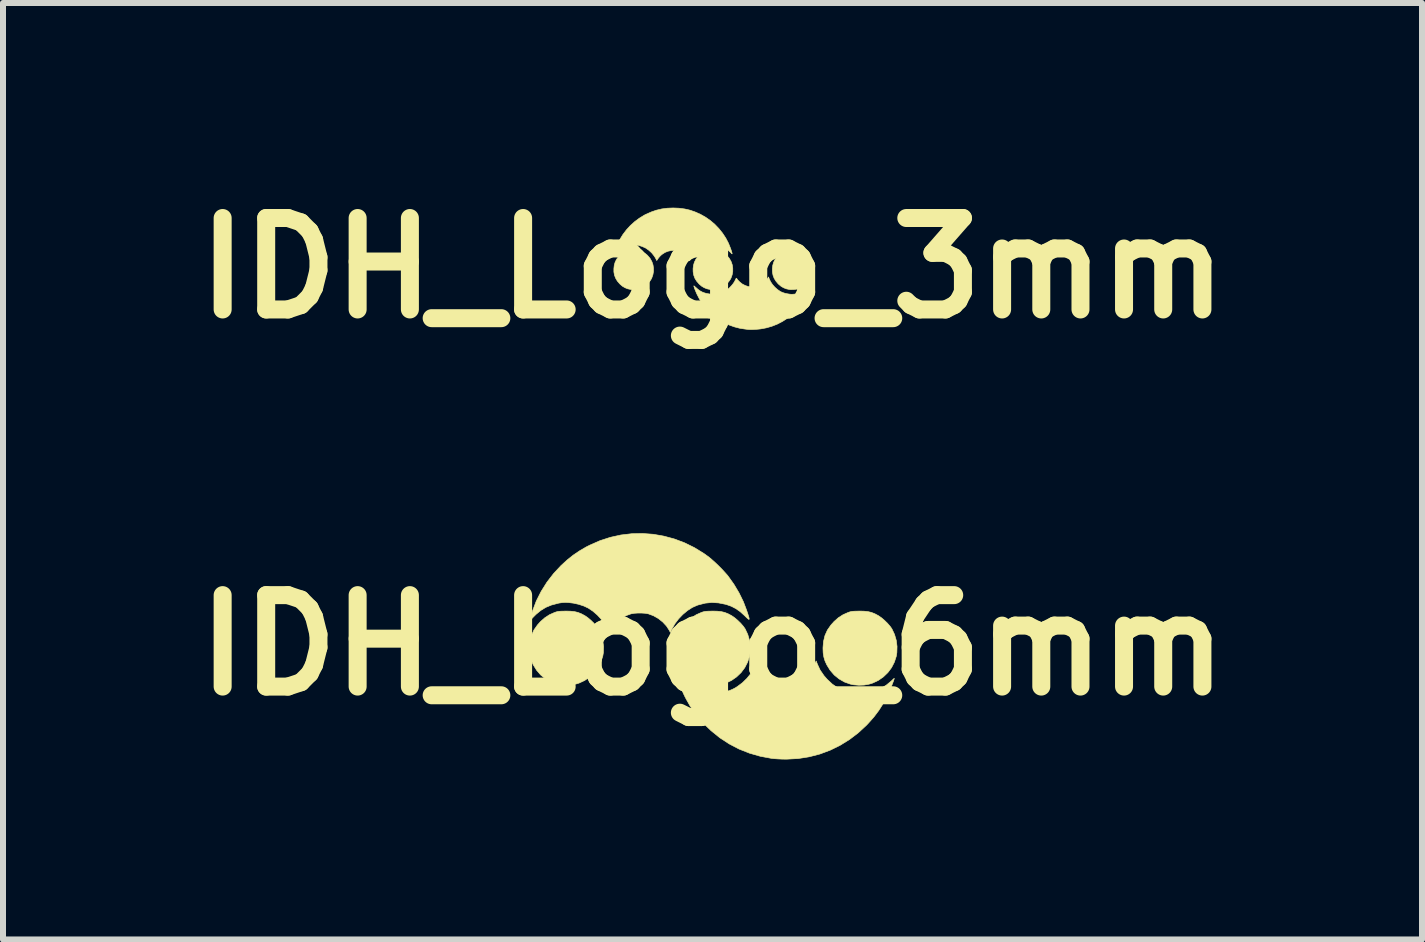
<source format=kicad_pcb>
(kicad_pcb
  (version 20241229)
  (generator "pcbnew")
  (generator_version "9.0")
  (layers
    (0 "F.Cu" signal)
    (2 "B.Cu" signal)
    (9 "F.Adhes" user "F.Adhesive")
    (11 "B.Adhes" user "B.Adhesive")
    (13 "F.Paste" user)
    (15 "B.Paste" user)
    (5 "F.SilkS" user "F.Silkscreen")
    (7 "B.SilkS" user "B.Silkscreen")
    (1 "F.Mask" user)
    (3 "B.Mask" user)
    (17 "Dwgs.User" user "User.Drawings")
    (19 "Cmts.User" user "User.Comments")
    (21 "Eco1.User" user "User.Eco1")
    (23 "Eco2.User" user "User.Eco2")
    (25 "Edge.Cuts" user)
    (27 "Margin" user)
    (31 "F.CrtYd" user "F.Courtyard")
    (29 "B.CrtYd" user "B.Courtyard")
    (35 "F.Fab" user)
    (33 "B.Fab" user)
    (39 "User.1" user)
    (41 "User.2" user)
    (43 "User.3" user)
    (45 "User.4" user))
  (footprint "IDH_Logo_6mm"
    (layer "F.Cu")
    (at 8.825 7.703)
    (property "Reference" "IDH_Logo_6mm" (at 0 0 0) (layer "F.SilkS") (effects (font (size 1.524 1.524) (thickness 0.3))))
    (attr through_hole)
    (fp_poly (pts (xy -2.367 -0.567) (xy -2.301 -0.56) (xy -2.243 -0.546) (xy -2.187 -0.524) (xy -2.129 -0.493) (xy -2.127 -0.492) (xy -2.078 -0.458) (xy -2.026 -0.414) (xy -1.975 -0.364) (xy -1.931 -0.313) (xy -1.902 -0.271) (xy -1.858 -0.18) (xy -1.83 -0.081) (xy -1.816 0.021) (xy -1.819 0.123) (xy -1.829 0.182) (xy -1.861 0.281) (xy -1.908 0.373) (xy -1.97 0.456) (xy -2.045 0.528) (xy -2.13 0.587) (xy -2.224 0.631) (xy -2.282 0.649) (xy -2.365 0.664) (xy -2.453 0.667) (xy -2.54 0.66) (xy -2.593 0.649) (xy -2.692 0.614) (xy -2.783 0.562) (xy -2.864 0.496) (xy -2.933 0.416) (xy -2.988 0.327) (xy -3.018 0.261) (xy -3.037 0.197) (xy -3.047 0.13) (xy -3.051 0.053) (xy -3.051 0.042) (xy -3.042 -0.064) (xy -3.018 -0.162) (xy -2.977 -0.253) (xy -2.918 -0.337) (xy -2.867 -0.394) (xy -2.794 -0.458) (xy -2.717 -0.508) (xy -2.636 -0.544) (xy -2.608 -0.554) (xy -2.582 -0.561) (xy -2.553 -0.565) (xy -2.517 -0.567) (xy -2.468 -0.568) (xy -2.446 -0.569) (xy -2.367 -0.567)) (stroke (width 0.01) (type solid)) (fill yes) (layer "F.SilkS"))
    (fp_poly (pts (xy 0.079 -0.567) (xy 0.145 -0.56) (xy 0.203 -0.546) (xy 0.259 -0.524) (xy 0.317 -0.493) (xy 0.319 -0.492) (xy 0.368 -0.458) (xy 0.42 -0.414) (xy 0.471 -0.364) (xy 0.515 -0.313) (xy 0.544 -0.271) (xy 0.587 -0.18) (xy 0.616 -0.081) (xy 0.629 0.021) (xy 0.627 0.123) (xy 0.617 0.182) (xy 0.585 0.281) (xy 0.538 0.373) (xy 0.476 0.456) (xy 0.401 0.528) (xy 0.316 0.587) (xy 0.222 0.631) (xy 0.164 0.649) (xy 0.081 0.664) (xy -0.007 0.667) (xy -0.094 0.66) (xy -0.147 0.649) (xy -0.246 0.614) (xy -0.337 0.562) (xy -0.418 0.496) (xy -0.487 0.416) (xy -0.542 0.327) (xy -0.572 0.261) (xy -0.591 0.197) (xy -0.602 0.13) (xy -0.605 0.053) (xy -0.605 0.042) (xy -0.596 -0.064) (xy -0.572 -0.162) (xy -0.531 -0.253) (xy -0.472 -0.337) (xy -0.421 -0.394) (xy -0.349 -0.458) (xy -0.271 -0.508) (xy -0.19 -0.544) (xy -0.162 -0.554) (xy -0.136 -0.561) (xy -0.107 -0.565) (xy -0.071 -0.567) (xy -0.022 -0.568) (xy 0 -0.569) (xy 0.079 -0.567)) (stroke (width 0.01) (type solid)) (fill yes) (layer "F.SilkS"))
    (fp_poly (pts (xy 2.525 -0.567) (xy 2.591 -0.56) (xy 2.649 -0.546) (xy 2.705 -0.524) (xy 2.763 -0.493) (xy 2.765 -0.492) (xy 2.814 -0.458) (xy 2.866 -0.414) (xy 2.917 -0.364) (xy 2.961 -0.313) (xy 2.99 -0.271) (xy 3.033 -0.18) (xy 3.062 -0.081) (xy 3.075 0.021) (xy 3.072 0.123) (xy 3.063 0.182) (xy 3.031 0.281) (xy 2.984 0.373) (xy 2.922 0.456) (xy 2.847 0.528) (xy 2.762 0.587) (xy 2.668 0.631) (xy 2.61 0.649) (xy 2.527 0.664) (xy 2.439 0.667) (xy 2.352 0.66) (xy 2.299 0.649) (xy 2.2 0.614) (xy 2.109 0.562) (xy 2.028 0.496) (xy 1.959 0.416) (xy 1.904 0.327) (xy 1.874 0.261) (xy 1.855 0.197) (xy 1.844 0.13) (xy 1.841 0.053) (xy 1.841 0.042) (xy 1.85 -0.064) (xy 1.874 -0.162) (xy 1.915 -0.253) (xy 1.974 -0.337) (xy 2.025 -0.394) (xy 2.097 -0.458) (xy 2.175 -0.508) (xy 2.256 -0.544) (xy 2.284 -0.554) (xy 2.31 -0.561) (xy 2.339 -0.565) (xy 2.375 -0.567) (xy 2.423 -0.568) (xy 2.446 -0.569) (xy 2.525 -0.567)) (stroke (width 0.01) (type solid)) (fill yes) (layer "F.SilkS"))
    (fp_poly (pts (xy 1.748 0.317) (xy 1.793 0.414) (xy 1.857 0.507) (xy 1.91 0.568) (xy 1.998 0.65) (xy 2.091 0.713) (xy 2.191 0.76) (xy 2.298 0.789) (xy 2.415 0.803) (xy 2.46 0.804) (xy 2.58 0.795) (xy 2.693 0.769) (xy 2.799 0.725) (xy 2.898 0.664) (xy 2.98 0.596) (xy 3.004 0.573) (xy 3.021 0.558) (xy 3.029 0.551) (xy 3.029 0.551) (xy 3.026 0.567) (xy 3.016 0.596) (xy 3.001 0.635) (xy 2.984 0.68) (xy 2.964 0.728) (xy 2.944 0.775) (xy 2.925 0.817) (xy 2.91 0.85) (xy 2.842 0.976) (xy 2.77 1.089) (xy 2.69 1.195) (xy 2.597 1.3) (xy 2.569 1.33) (xy 2.43 1.459) (xy 2.282 1.572) (xy 2.125 1.669) (xy 1.96 1.75) (xy 1.788 1.814) (xy 1.61 1.86) (xy 1.427 1.889) (xy 1.239 1.899) (xy 1.211 1.899) (xy 1.152 1.898) (xy 1.089 1.895) (xy 1.031 1.891) (xy 0.984 1.886) (xy 0.983 1.886) (xy 0.796 1.851) (xy 0.615 1.799) (xy 0.443 1.731) (xy 0.278 1.645) (xy 0.122 1.543) (xy -0.024 1.425) (xy -0.123 1.33) (xy -0.22 1.224) (xy -0.303 1.12) (xy -0.376 1.01) (xy -0.444 0.889) (xy -0.464 0.85) (xy -0.481 0.814) (xy -0.501 0.769) (xy -0.521 0.719) (xy -0.542 0.669) (xy -0.56 0.62) (xy -0.576 0.577) (xy -0.587 0.543) (xy -0.592 0.522) (xy -0.593 0.519) (xy -0.586 0.523) (xy -0.57 0.537) (xy -0.545 0.56) (xy -0.52 0.585) (xy -0.451 0.647) (xy -0.387 0.695) (xy -0.321 0.732) (xy -0.249 0.761) (xy -0.183 0.781) (xy -0.081 0.801) (xy 0.015 0.806) (xy 0.11 0.798) (xy 0.148 0.791) (xy 0.221 0.774) (xy 0.28 0.757) (xy 0.331 0.736) (xy 0.381 0.71) (xy 0.418 0.686) (xy 0.499 0.625) (xy 0.573 0.553) (xy 0.638 0.473) (xy 0.689 0.389) (xy 0.71 0.344) (xy 0.73 0.293) (xy 0.772 0.35) (xy 0.836 0.423) (xy 0.914 0.484) (xy 1.001 0.532) (xy 1.084 0.561) (xy 1.147 0.572) (xy 1.218 0.576) (xy 1.29 0.573) (xy 1.354 0.563) (xy 1.363 0.561) (xy 1.443 0.532) (xy 1.521 0.49) (xy 1.593 0.437) (xy 1.654 0.376) (xy 1.7 0.311) (xy 1.701 0.311) (xy 1.728 0.263) (xy 1.748 0.317)) (stroke (width 0.01) (type solid)) (fill yes) (layer "F.SilkS"))
    (fp_poly (pts (xy -0.989 -1.849) (xy -0.812 -1.818) (xy -0.637 -1.771) (xy -0.467 -1.707) (xy -0.302 -1.626) (xy -0.143 -1.528) (xy -0.061 -1.469) (xy -0.017 -1.432) (xy 0.036 -1.385) (xy 0.092 -1.332) (xy 0.148 -1.276) (xy 0.199 -1.221) (xy 0.242 -1.173) (xy 0.259 -1.152) (xy 0.356 -1.016) (xy 0.442 -0.872) (xy 0.514 -0.725) (xy 0.57 -0.578) (xy 0.572 -0.571) (xy 0.592 -0.511) (xy 0.605 -0.469) (xy 0.611 -0.442) (xy 0.61 -0.43) (xy 0.602 -0.431) (xy 0.585 -0.444) (xy 0.559 -0.468) (xy 0.533 -0.494) (xy 0.46 -0.56) (xy 0.388 -0.61) (xy 0.313 -0.649) (xy 0.231 -0.678) (xy 0.216 -0.682) (xy 0.1 -0.705) (xy -0.012 -0.712) (xy -0.122 -0.701) (xy -0.235 -0.672) (xy -0.254 -0.666) (xy -0.336 -0.63) (xy -0.417 -0.578) (xy -0.495 -0.513) (xy -0.566 -0.439) (xy -0.627 -0.358) (xy -0.675 -0.274) (xy -0.682 -0.26) (xy -0.703 -0.212) (xy -0.719 -0.245) (xy -0.767 -0.319) (xy -0.829 -0.386) (xy -0.903 -0.445) (xy -0.984 -0.491) (xy -1.07 -0.523) (xy -1.12 -0.532) (xy -1.181 -0.536) (xy -1.246 -0.536) (xy -1.307 -0.532) (xy -1.357 -0.523) (xy -1.432 -0.496) (xy -1.505 -0.457) (xy -1.573 -0.408) (xy -1.632 -0.353) (xy -1.679 -0.295) (xy -1.703 -0.252) (xy -1.713 -0.233) (xy -1.721 -0.226) (xy -1.721 -0.226) (xy -1.728 -0.234) (xy -1.739 -0.254) (xy -1.747 -0.27) (xy -1.792 -0.349) (xy -1.85 -0.428) (xy -1.919 -0.502) (xy -1.994 -0.567) (xy -2.07 -0.618) (xy -2.07 -0.618) (xy -2.144 -0.653) (xy -2.229 -0.681) (xy -2.319 -0.701) (xy -2.404 -0.711) (xy -2.457 -0.713) (xy -2.506 -0.71) (xy -2.56 -0.702) (xy -2.58 -0.697) (xy -2.686 -0.669) (xy -2.778 -0.631) (xy -2.862 -0.58) (xy -2.941 -0.515) (xy -2.981 -0.475) (xy -3.007 -0.448) (xy -3.025 -0.43) (xy -3.037 -0.422) (xy -3.041 -0.425) (xy -3.039 -0.442) (xy -3.031 -0.472) (xy -3.016 -0.519) (xy -3 -0.571) (xy -2.937 -0.737) (xy -2.856 -0.897) (xy -2.76 -1.05) (xy -2.648 -1.195) (xy -2.525 -1.327) (xy -2.422 -1.421) (xy -2.322 -1.501) (xy -2.217 -1.572) (xy -2.104 -1.638) (xy -2.044 -1.668) (xy -1.876 -1.742) (xy -1.703 -1.798) (xy -1.527 -1.837) (xy -1.348 -1.858) (xy -1.169 -1.862) (xy -0.989 -1.849)) (stroke (width 0.01) (type solid)) (fill yes) (layer "F.SilkS")))
  (footprint "IDH_Logo_3mm"
    (layer "F.Cu")
    (at 8.825 1.418)
    (property "Reference" "IDH_Logo_3mm" (at 0 0 0) (layer "F.SilkS") (effects (font (size 1.524 1.524) (thickness 0.3))))
    (attr through_hole)
    (fp_poly (pts (xy 0.042 -0.305) (xy 0.076 -0.301) (xy 0.108 -0.292) (xy 0.143 -0.278) (xy 0.15 -0.274) (xy 0.193 -0.249) (xy 0.234 -0.215) (xy 0.27 -0.174) (xy 0.284 -0.155) (xy 0.311 -0.106) (xy 0.329 -0.053) (xy 0.337 0.001) (xy 0.337 0.057) (xy 0.327 0.112) (xy 0.308 0.166) (xy 0.301 0.18) (xy 0.284 0.207) (xy 0.262 0.235) (xy 0.235 0.263) (xy 0.207 0.289) (xy 0.18 0.31) (xy 0.165 0.318) (xy 0.121 0.337) (xy 0.073 0.35) (xy 0.024 0.358) (xy -0.022 0.358) (xy -0.043 0.356) (xy -0.094 0.345) (xy -0.138 0.327) (xy -0.179 0.303) (xy -0.218 0.27) (xy -0.226 0.262) (xy -0.265 0.217) (xy -0.294 0.17) (xy -0.313 0.119) (xy -0.323 0.064) (xy -0.324 0.008) (xy -0.317 -0.047) (xy -0.303 -0.096) (xy -0.281 -0.142) (xy -0.25 -0.185) (xy -0.223 -0.213) (xy -0.181 -0.25) (xy -0.137 -0.277) (xy -0.09 -0.295) (xy -0.037 -0.305) (xy 0.003 -0.307) (xy 0.042 -0.305)) (stroke (width 0.01) (type solid)) (fill yes) (layer "F.SilkS"))
    (fp_poly (pts (xy -1.279 -0.305) (xy -1.245 -0.301) (xy -1.213 -0.292) (xy -1.178 -0.278) (xy -1.171 -0.274) (xy -1.128 -0.249) (xy -1.087 -0.215) (xy -1.051 -0.174) (xy -1.037 -0.155) (xy -1.01 -0.106) (xy -0.992 -0.053) (xy -0.984 0.001) (xy -0.984 0.057) (xy -0.994 0.112) (xy -1.013 0.166) (xy -1.02 0.18) (xy -1.042 0.215) (xy -1.071 0.25) (xy -1.105 0.282) (xy -1.141 0.308) (xy -1.169 0.324) (xy -1.191 0.334) (xy -1.212 0.342) (xy -1.23 0.348) (xy -1.234 0.35) (xy -1.259 0.354) (xy -1.289 0.357) (xy -1.32 0.358) (xy -1.347 0.358) (xy -1.364 0.356) (xy -1.415 0.345) (xy -1.459 0.327) (xy -1.5 0.303) (xy -1.539 0.27) (xy -1.547 0.262) (xy -1.586 0.217) (xy -1.614 0.17) (xy -1.634 0.119) (xy -1.644 0.064) (xy -1.644 0.008) (xy -1.638 -0.047) (xy -1.624 -0.096) (xy -1.602 -0.142) (xy -1.571 -0.185) (xy -1.544 -0.213) (xy -1.502 -0.25) (xy -1.457 -0.277) (xy -1.409 -0.295) (xy -1.357 -0.305) (xy -1.318 -0.307) (xy -1.279 -0.305)) (stroke (width 0.01) (type solid)) (fill yes) (layer "F.SilkS"))
    (fp_poly (pts (xy 1.363 -0.305) (xy 1.397 -0.301) (xy 1.429 -0.292) (xy 1.463 -0.278) (xy 1.471 -0.274) (xy 1.514 -0.249) (xy 1.555 -0.215) (xy 1.591 -0.174) (xy 1.605 -0.155) (xy 1.631 -0.106) (xy 1.649 -0.053) (xy 1.658 0.001) (xy 1.658 0.057) (xy 1.648 0.112) (xy 1.629 0.166) (xy 1.622 0.18) (xy 1.6 0.215) (xy 1.57 0.25) (xy 1.536 0.282) (xy 1.501 0.308) (xy 1.473 0.324) (xy 1.451 0.334) (xy 1.429 0.342) (xy 1.412 0.348) (xy 1.407 0.35) (xy 1.382 0.354) (xy 1.353 0.357) (xy 1.322 0.358) (xy 1.294 0.358) (xy 1.278 0.356) (xy 1.227 0.345) (xy 1.183 0.327) (xy 1.142 0.303) (xy 1.103 0.27) (xy 1.094 0.262) (xy 1.056 0.217) (xy 1.027 0.17) (xy 1.008 0.119) (xy 0.998 0.064) (xy 0.997 0.008) (xy 1.004 -0.047) (xy 1.018 -0.096) (xy 1.04 -0.142) (xy 1.071 -0.185) (xy 1.097 -0.213) (xy 1.14 -0.25) (xy 1.184 -0.277) (xy 1.232 -0.295) (xy 1.285 -0.305) (xy 1.323 -0.307) (xy 1.363 -0.305)) (stroke (width 0.01) (type solid)) (fill yes) (layer "F.SilkS"))
    (fp_poly (pts (xy -0.559 -0.998) (xy -0.467 -0.986) (xy -0.378 -0.966) (xy -0.291 -0.936) (xy -0.203 -0.897) (xy -0.201 -0.896) (xy -0.116 -0.848) (xy -0.036 -0.792) (xy 0.038 -0.729) (xy 0.106 -0.658) (xy 0.167 -0.582) (xy 0.221 -0.5) (xy 0.266 -0.414) (xy 0.302 -0.324) (xy 0.311 -0.297) (xy 0.32 -0.269) (xy 0.325 -0.251) (xy 0.327 -0.24) (xy 0.326 -0.237) (xy 0.321 -0.24) (xy 0.312 -0.248) (xy 0.304 -0.257) (xy 0.256 -0.301) (xy 0.203 -0.336) (xy 0.146 -0.362) (xy 0.086 -0.378) (xy 0.024 -0.386) (xy -0.04 -0.383) (xy -0.095 -0.373) (xy -0.135 -0.362) (xy -0.168 -0.35) (xy -0.199 -0.333) (xy -0.232 -0.311) (xy -0.235 -0.309) (xy -0.276 -0.274) (xy -0.314 -0.232) (xy -0.346 -0.187) (xy -0.368 -0.147) (xy -0.38 -0.122) (xy -0.398 -0.152) (xy -0.411 -0.17) (xy -0.428 -0.191) (xy -0.446 -0.21) (xy -0.448 -0.211) (xy -0.492 -0.245) (xy -0.539 -0.27) (xy -0.588 -0.286) (xy -0.64 -0.294) (xy -0.691 -0.292) (xy -0.742 -0.281) (xy -0.79 -0.262) (xy -0.836 -0.233) (xy -0.864 -0.21) (xy -0.881 -0.192) (xy -0.897 -0.173) (xy -0.91 -0.156) (xy -0.912 -0.153) (xy -0.92 -0.139) (xy -0.927 -0.13) (xy -0.93 -0.127) (xy -0.933 -0.131) (xy -0.938 -0.142) (xy -0.939 -0.144) (xy -0.948 -0.163) (xy -0.962 -0.186) (xy -0.98 -0.212) (xy -1 -0.237) (xy -1.014 -0.254) (xy -1.062 -0.298) (xy -1.114 -0.334) (xy -1.171 -0.36) (xy -1.23 -0.378) (xy -1.292 -0.385) (xy -1.356 -0.384) (xy -1.416 -0.373) (xy -1.441 -0.367) (xy -1.466 -0.359) (xy -1.487 -0.351) (xy -1.495 -0.347) (xy -1.528 -0.328) (xy -1.562 -0.304) (xy -1.594 -0.277) (xy -1.616 -0.255) (xy -1.627 -0.243) (xy -1.634 -0.236) (xy -1.638 -0.234) (xy -1.638 -0.24) (xy -1.635 -0.253) (xy -1.629 -0.274) (xy -1.622 -0.297) (xy -1.588 -0.388) (xy -1.546 -0.475) (xy -1.495 -0.558) (xy -1.436 -0.636) (xy -1.37 -0.708) (xy -1.297 -0.774) (xy -1.219 -0.832) (xy -1.136 -0.883) (xy -1.11 -0.896) (xy -1.022 -0.935) (xy -0.935 -0.965) (xy -0.846 -0.986) (xy -0.754 -0.998) (xy -0.658 -1.002) (xy -0.655 -1.002) (xy -0.559 -0.998)) (stroke (width 0.01) (type solid)) (fill yes) (layer "F.SilkS"))
    (fp_poly (pts (xy 0.944 0.177) (xy 0.967 0.226) (xy 0.999 0.274) (xy 1.038 0.318) (xy 1.082 0.357) (xy 1.13 0.39) (xy 1.147 0.398) (xy 1.176 0.41) (xy 1.212 0.421) (xy 1.251 0.429) (xy 1.29 0.435) (xy 1.322 0.437) (xy 1.388 0.432) (xy 1.45 0.418) (xy 1.508 0.395) (xy 1.562 0.363) (xy 1.599 0.333) (xy 1.612 0.321) (xy 1.622 0.313) (xy 1.627 0.311) (xy 1.628 0.315) (xy 1.625 0.325) (xy 1.618 0.344) (xy 1.608 0.371) (xy 1.605 0.379) (xy 1.564 0.469) (xy 1.516 0.554) (xy 1.459 0.634) (xy 1.395 0.708) (xy 1.325 0.775) (xy 1.249 0.835) (xy 1.167 0.888) (xy 1.081 0.933) (xy 0.99 0.969) (xy 0.896 0.996) (xy 0.806 1.013) (xy 0.78 1.016) (xy 0.749 1.019) (xy 0.716 1.021) (xy 0.683 1.023) (xy 0.652 1.024) (xy 0.626 1.024) (xy 0.607 1.023) (xy 0.605 1.023) (xy 0.592 1.022) (xy 0.572 1.02) (xy 0.549 1.017) (xy 0.533 1.015) (xy 0.451 1.002) (xy 0.366 0.98) (xy 0.281 0.95) (xy 0.207 0.917) (xy 0.121 0.868) (xy 0.039 0.811) (xy -0.036 0.747) (xy -0.104 0.675) (xy -0.166 0.598) (xy -0.219 0.514) (xy -0.264 0.426) (xy -0.291 0.361) (xy -0.302 0.332) (xy -0.308 0.312) (xy -0.312 0.3) (xy -0.311 0.296) (xy -0.306 0.298) (xy -0.297 0.306) (xy -0.283 0.319) (xy -0.281 0.32) (xy -0.243 0.354) (xy -0.207 0.38) (xy -0.17 0.4) (xy -0.129 0.415) (xy -0.095 0.424) (xy -0.033 0.434) (xy 0.029 0.436) (xy 0.091 0.428) (xy 0.15 0.412) (xy 0.205 0.387) (xy 0.217 0.38) (xy 0.249 0.358) (xy 0.281 0.33) (xy 0.313 0.297) (xy 0.341 0.263) (xy 0.365 0.228) (xy 0.381 0.196) (xy 0.384 0.191) (xy 0.39 0.177) (xy 0.395 0.169) (xy 0.397 0.168) (xy 0.401 0.172) (xy 0.409 0.181) (xy 0.411 0.185) (xy 0.42 0.197) (xy 0.434 0.212) (xy 0.45 0.228) (xy 0.454 0.232) (xy 0.497 0.266) (xy 0.544 0.29) (xy 0.593 0.307) (xy 0.644 0.314) (xy 0.696 0.312) (xy 0.747 0.302) (xy 0.795 0.282) (xy 0.841 0.254) (xy 0.866 0.234) (xy 0.883 0.216) (xy 0.901 0.195) (xy 0.915 0.177) (xy 0.933 0.148) (xy 0.944 0.177)) (stroke (width 0.01) (type solid)) (fill yes) (layer "F.SilkS")))
  (gr_rect
    (start -3 -3)
    (end 20.649 12.607)
    (stroke (width 0.1) (type default))
    (fill no)
    (layer "Edge.Cuts")))
</source>
